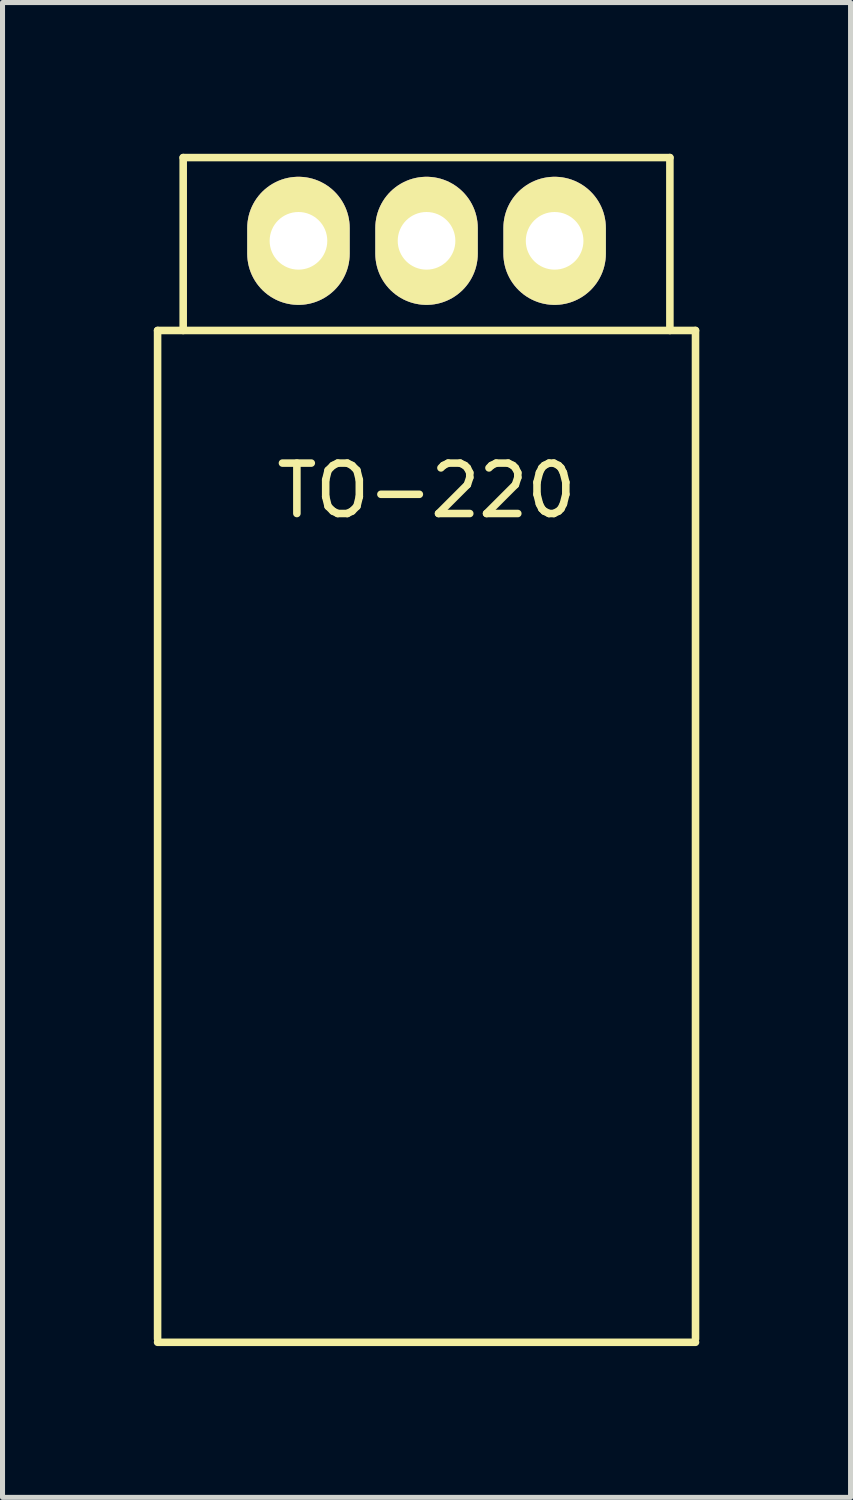
<source format=kicad_pcb>
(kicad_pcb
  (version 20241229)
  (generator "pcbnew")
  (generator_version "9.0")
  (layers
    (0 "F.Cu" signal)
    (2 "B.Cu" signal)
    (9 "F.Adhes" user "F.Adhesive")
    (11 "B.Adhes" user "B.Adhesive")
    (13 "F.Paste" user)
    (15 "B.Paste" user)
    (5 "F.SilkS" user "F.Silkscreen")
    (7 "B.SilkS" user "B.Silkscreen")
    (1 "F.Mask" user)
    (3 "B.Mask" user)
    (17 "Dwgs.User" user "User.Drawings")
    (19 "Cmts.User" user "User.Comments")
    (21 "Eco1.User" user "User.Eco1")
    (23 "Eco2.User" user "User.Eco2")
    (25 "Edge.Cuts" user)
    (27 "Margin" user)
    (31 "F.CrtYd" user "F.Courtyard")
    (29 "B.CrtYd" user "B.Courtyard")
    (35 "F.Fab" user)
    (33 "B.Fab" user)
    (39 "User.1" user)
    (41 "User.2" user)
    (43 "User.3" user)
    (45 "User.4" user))
  (footprint "TO-220"
    (layer "F.Cu")
    (at 5.409 1.726)
    (property "Reference" "TO-220" (at 0 4.953 0) (layer "F.SilkS") (effects (font (size 1 1) (thickness 0.15))))
    (attr through_hole)
    (fp_line (start -5.334 1.778) (end -5.334 21.778) (stroke (width 0.15) (type solid)) (layer "F.SilkS"))
    (fp_line (start -5.334 21.844) (end 5.334 21.844) (stroke (width 0.15) (type solid)) (layer "F.SilkS"))
    (fp_line (start -4.826 -1.651) (end -4.826 1.778) (stroke (width 0.15) (type solid)) (layer "F.SilkS"))
    (fp_line (start -4.826 -1.651) (end 4.826 -1.651) (stroke (width 0.15) (type solid)) (layer "F.SilkS"))
    (fp_line (start 4.826 -1.651) (end 4.826 1.778) (stroke (width 0.15) (type solid)) (layer "F.SilkS"))
    (fp_line (start 5.334 1.778) (end -5.334 1.778) (stroke (width 0.15) (type solid)) (layer "F.SilkS"))
    (fp_line (start 5.334 1.778) (end 5.334 21.778) (stroke (width 0.15) (type solid)) (layer "F.SilkS"))
    (pad "1" thru_hole oval (at -2.54 0) (size 2.032 2.54) (drill 1.143) (layers "*.Cu" "*.Mask" "F.SilkS"))
    (pad "2" thru_hole oval (at 0 0) (size 2.032 2.54) (drill 1.143) (layers "*.Cu" "*.Mask" "F.SilkS"))
    (pad "3" thru_hole oval (at 2.54 0) (size 2.032 2.54) (drill 1.143) (layers "*.Cu" "*.Mask" "F.SilkS")))
  (gr_rect
    (start -3 -3)
    (end 13.818 26.645)
    (stroke (width 0.1) (type default))
    (fill no)
    (layer "Edge.Cuts")))
</source>
